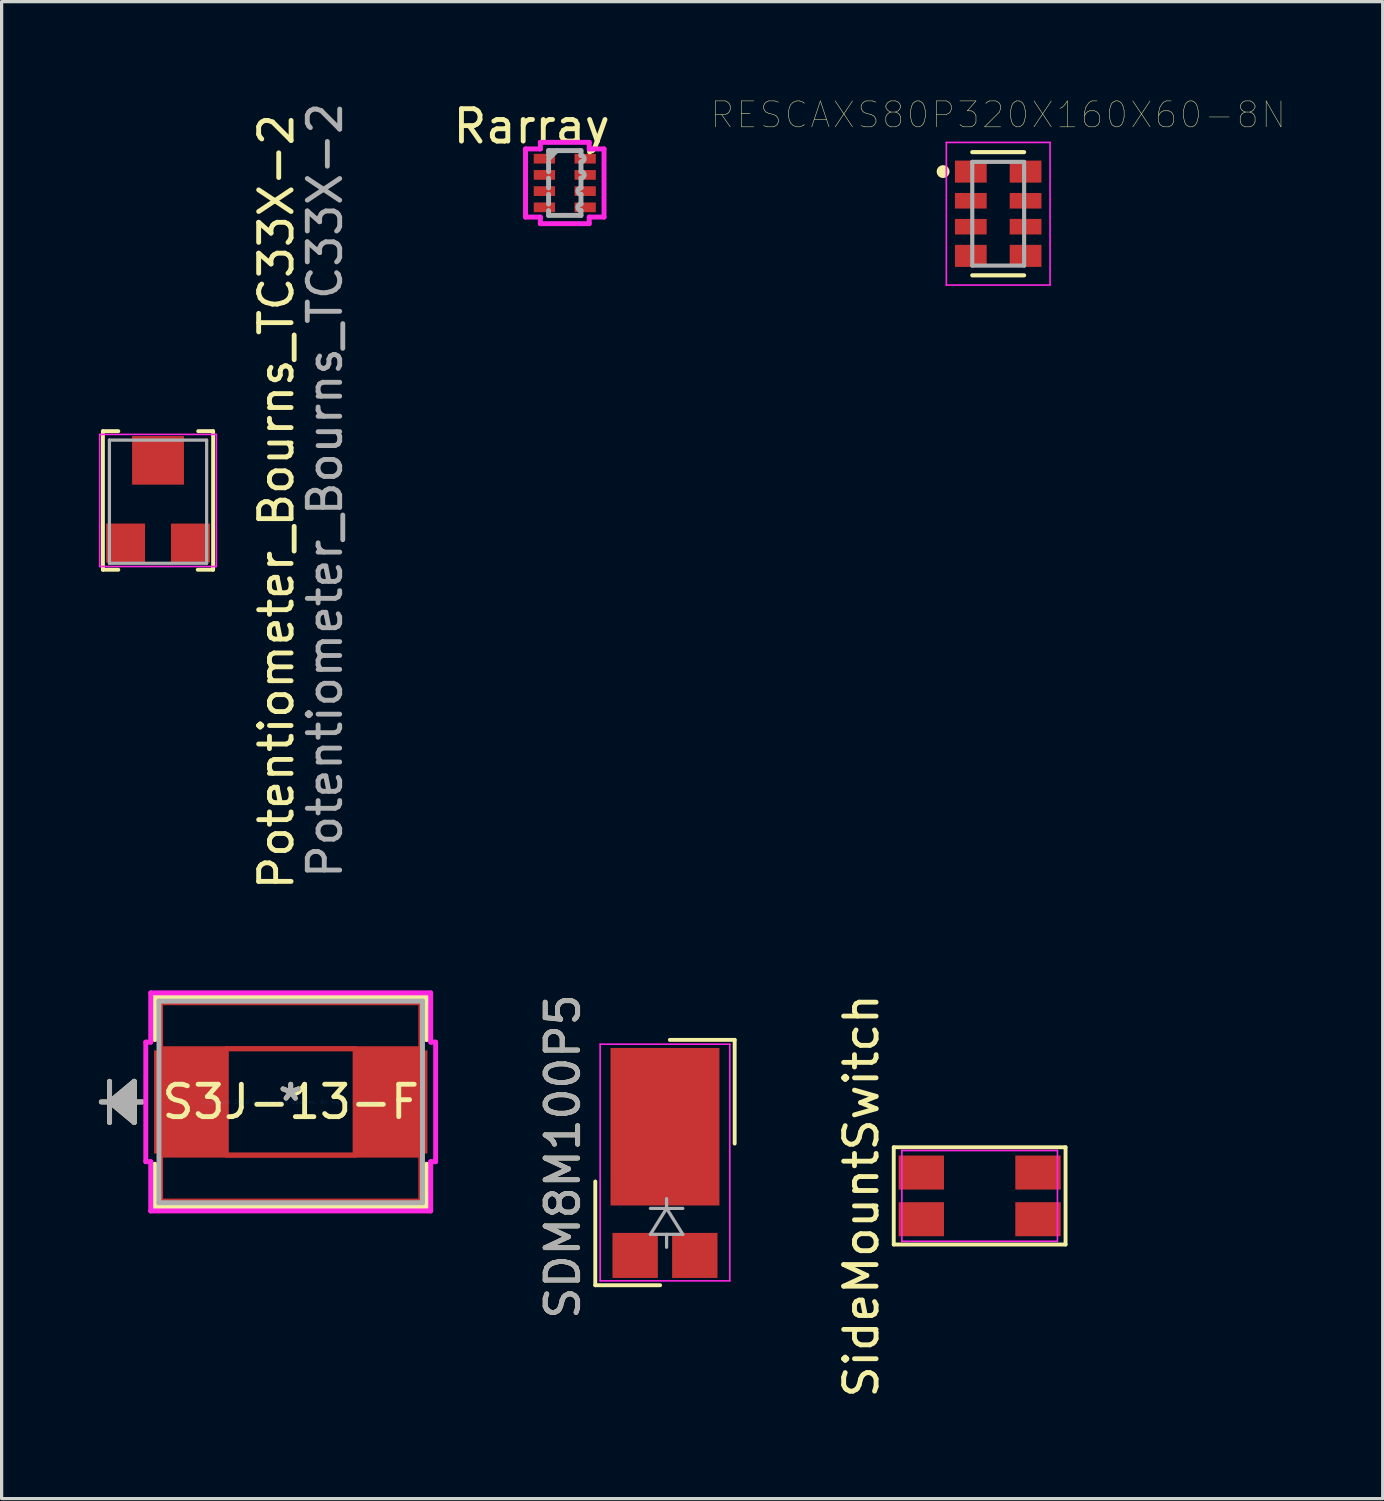
<source format=kicad_pcb>
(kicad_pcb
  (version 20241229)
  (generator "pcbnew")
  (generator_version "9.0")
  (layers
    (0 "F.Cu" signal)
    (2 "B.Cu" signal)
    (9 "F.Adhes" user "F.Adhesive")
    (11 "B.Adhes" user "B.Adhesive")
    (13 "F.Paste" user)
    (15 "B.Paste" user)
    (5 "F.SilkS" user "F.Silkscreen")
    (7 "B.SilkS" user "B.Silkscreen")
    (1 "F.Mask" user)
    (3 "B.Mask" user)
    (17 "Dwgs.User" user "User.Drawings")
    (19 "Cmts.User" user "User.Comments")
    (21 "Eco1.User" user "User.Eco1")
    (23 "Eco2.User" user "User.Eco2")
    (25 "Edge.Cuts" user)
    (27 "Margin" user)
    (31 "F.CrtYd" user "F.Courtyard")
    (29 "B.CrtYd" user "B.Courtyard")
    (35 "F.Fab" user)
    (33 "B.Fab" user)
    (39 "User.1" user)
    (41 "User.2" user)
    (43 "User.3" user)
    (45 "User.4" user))
  (footprint "Rarray"
    (layer "F.Cu")
    (at 14.374 2.596)
    (property "Reference" "Rarray" (at -1.021 -1.748 0) (layer "F.SilkS") (effects (font (size 1 1) (thickness 0.15))))
    (attr through_hole)
    (fp_line (start -1.211 -1.051) (end -0.754 -1.051) (stroke (width 0.152) (type solid)) (layer "F.CrtYd"))
    (fp_line (start -1.211 1.051) (end -1.211 -1.051) (stroke (width 0.152) (type solid)) (layer "F.CrtYd"))
    (fp_line (start -0.754 -1.254) (end 0.754 -1.254) (stroke (width 0.152) (type solid)) (layer "F.CrtYd"))
    (fp_line (start -0.754 -1.051) (end -0.754 -1.254) (stroke (width 0.152) (type solid)) (layer "F.CrtYd"))
    (fp_line (start -0.754 1.051) (end -1.211 1.051) (stroke (width 0.152) (type solid)) (layer "F.CrtYd"))
    (fp_line (start -0.754 1.254) (end -0.754 1.051) (stroke (width 0.152) (type solid)) (layer "F.CrtYd"))
    (fp_line (start 0.754 -1.254) (end 0.754 -1.051) (stroke (width 0.152) (type solid)) (layer "F.CrtYd"))
    (fp_line (start 0.754 -1.051) (end 1.211 -1.051) (stroke (width 0.152) (type solid)) (layer "F.CrtYd"))
    (fp_line (start 0.754 1.051) (end 0.754 1.254) (stroke (width 0.152) (type solid)) (layer "F.CrtYd"))
    (fp_line (start 0.754 1.254) (end -0.754 1.254) (stroke (width 0.152) (type solid)) (layer "F.CrtYd"))
    (fp_line (start 1.211 -1.051) (end 1.211 1.051) (stroke (width 0.152) (type solid)) (layer "F.CrtYd"))
    (fp_line (start 1.211 1.051) (end 0.754 1.051) (stroke (width 0.152) (type solid)) (layer "F.CrtYd"))
    (fp_line (start -0.5 -1) (end 0.5 -1) (stroke (width 0.152) (type solid)) (layer "F.Fab"))
    (fp_line (start -0.5 -0.85) (end -0.5 -1) (stroke (width 0.152) (type solid)) (layer "F.Fab"))
    (fp_line (start -0.5 0.85) (end -0.5 1) (stroke (width 0.152) (type solid)) (layer "F.Fab"))
    (fp_line (start -0.5 1) (end 0.5 1) (stroke (width 0.152) (type solid)) (layer "F.Fab"))
    (fp_line (start -0.5 -0.65) (end -0.5 -0.35) (stroke (width 0.152) (type solid)) (layer "F.Fab"))
    (fp_line (start -0.5 -0.15) (end -0.5 0.15) (stroke (width 0.152) (type solid)) (layer "F.Fab"))
    (fp_line (start -0.5 0.35) (end -0.5 0.65) (stroke (width 0.152) (type solid)) (layer "F.Fab"))
    (fp_line (start -0.246 -1) (end -0.5 -0.746) (stroke (width 0.152) (type solid)) (layer "F.Fab"))
    (fp_line (start 0.5 -0.65) (end 0.5 -0.35) (stroke (width 0.152) (type solid)) (layer "F.Fab"))
    (fp_line (start 0.5 -0.15) (end 0.5 0.15) (stroke (width 0.152) (type solid)) (layer "F.Fab"))
    (fp_line (start 0.5 0.35) (end 0.5 0.65) (stroke (width 0.152) (type solid)) (layer "F.Fab"))
    (fp_line (start 0.5 -0.85) (end 0.5 -1) (stroke (width 0.152) (type solid)) (layer "F.Fab"))
    (fp_line (start 0.5 0.85) (end 0.5 1) (stroke (width 0.152) (type solid)) (layer "F.Fab"))
    (fp_arc (start 0.499999 -0.850001) (mid 0.599999 -0.750001) (end 0.499999 -0.650001) (stroke (width 0.1524) (type solid)) (layer "F.Fab"))
    (fp_arc (start 0.499999 -0.349999) (mid 0.599998 -0.25) (end 0.499999 -0.150001) (stroke (width 0.1524) (type solid)) (layer "F.Fab"))
    (fp_arc (start 0.499999 0.349999) (mid 0.4 0.25) (end 0.499999 0.150001) (stroke (width 0.1524) (type solid)) (layer "F.Fab"))
    (fp_arc (start 0.499999 0.850001) (mid 0.399999 0.750001) (end 0.499999 0.650001) (stroke (width 0.1524) (type solid)) (layer "F.Fab"))
    (pad "1" smd rect (at -0.629 -0.75) (size 0.657 0.3) (layers "F.Cu" "F.Mask" "F.Paste"))
    (pad "2" smd rect (at -0.629 -0.25) (size 0.657 0.3) (layers "F.Cu" "F.Mask" "F.Paste"))
    (pad "3" smd rect (at -0.629 0.25) (size 0.657 0.3) (layers "F.Cu" "F.Mask" "F.Paste"))
    (pad "4" smd rect (at -0.629 0.75) (size 0.657 0.3) (layers "F.Cu" "F.Mask" "F.Paste"))
    (pad "5" smd rect (at 0.629 0.75) (size 0.657 0.3) (layers "F.Cu" "F.Mask" "F.Paste"))
    (pad "6" smd rect (at 0.629 0.25) (size 0.657 0.3) (layers "F.Cu" "F.Mask" "F.Paste"))
    (pad "7" smd rect (at 0.629 -0.25) (size 0.657 0.3) (layers "F.Cu" "F.Mask" "F.Paste"))
    (pad "8" smd rect (at 0.629 -0.75) (size 0.657 0.3) (layers "F.Cu" "F.Mask" "F.Paste")))
  (footprint "SideMountSwitch"
    (layer "F.Cu")
    (at 27.173 33.844)
    (property "Reference" "SideMountSwitch" (at -3.65 0 90) (layer "F.SilkS") (effects (font (size 1 1) (thickness 0.15))))
    (attr smd)
    (fp_line (start -2.65 -1.5) (end 2.65 -1.5) (stroke (width 0.12) (type solid)) (layer "F.SilkS"))
    (fp_line (start -2.65 1.5) (end -2.65 -1.5) (stroke (width 0.12) (type solid)) (layer "F.SilkS"))
    (fp_line (start 2.65 -1.5) (end 2.65 1.5) (stroke (width 0.12) (type solid)) (layer "F.SilkS"))
    (fp_line (start 2.65 1.5) (end -2.65 1.5) (stroke (width 0.12) (type solid)) (layer "F.SilkS"))
    (fp_line (start -2.4 -1.4) (end 2.4 -1.4) (stroke (width 0.05) (type solid)) (layer "F.CrtYd"))
    (fp_line (start -2.4 1.4) (end -2.4 -1.4) (stroke (width 0.05) (type solid)) (layer "F.CrtYd"))
    (fp_line (start 2.4 -1.4) (end 2.4 1.4) (stroke (width 0.05) (type solid)) (layer "F.CrtYd"))
    (fp_line (start 2.4 1.4) (end -2.4 1.4) (stroke (width 0.05) (type solid)) (layer "F.CrtYd"))
    (pad "1" smd rect (at -1.8 0.72) (size 1.4 1.05) (layers "F.Cu" "F.Mask" "F.Paste"))
    (pad "2" smd rect (at 1.8 0.72) (size 1.4 1.05) (layers "F.Cu" "F.Mask" "F.Paste"))
    (pad "3" smd rect (at 1.8 -0.72) (size 1.4 1.05) (layers "F.Cu" "F.Mask" "F.Paste"))
    (pad "4" smd rect (at -1.8 -0.72) (size 1.4 1.05) (layers "F.Cu" "F.Mask" "F.Paste")))
  (footprint "S3J-13-F"
    (layer "F.Cu")
    (at 5.919 30.945)
    (property "Reference" "S3J-13-F" (at 0 0 0) (layer "F.SilkS") (effects (font (size 1 1) (thickness 0.15))))
    (attr through_hole)
    (fp_line (start -4.014 -3.059) (end 4.014 -3.059) (stroke (width 0.152) (type solid)) (layer "F.Cu"))
    (fp_line (start -4.014 -1.641) (end -4.014 -3.059) (stroke (width 0.152) (type solid)) (layer "F.Cu"))
    (fp_line (start -4.014 1.641) (end 4.014 1.641) (stroke (width 0.152) (type solid)) (layer "F.Cu"))
    (fp_line (start -4.014 3.059) (end -4.014 1.641) (stroke (width 0.152) (type solid)) (layer "F.Cu"))
    (fp_line (start -1.986 -1.641) (end 1.986 -1.641) (stroke (width 0.152) (type solid)) (layer "F.Cu"))
    (fp_line (start -1.986 1.641) (end -1.986 -1.641) (stroke (width 0.152) (type solid)) (layer "F.Cu"))
    (fp_line (start 1.986 -1.641) (end 1.986 1.641) (stroke (width 0.152) (type solid)) (layer "F.Cu"))
    (fp_line (start 1.986 1.641) (end -1.986 1.641) (stroke (width 0.152) (type solid)) (layer "F.Cu"))
    (fp_line (start 4.014 -3.059) (end 4.014 -1.641) (stroke (width 0.152) (type solid)) (layer "F.Cu"))
    (fp_line (start 4.014 -1.641) (end -4.014 -1.641) (stroke (width 0.152) (type solid)) (layer "F.Cu"))
    (fp_line (start 4.014 1.641) (end 4.014 3.059) (stroke (width 0.152) (type solid)) (layer "F.Cu"))
    (fp_line (start 4.014 3.059) (end -4.014 3.059) (stroke (width 0.152) (type solid)) (layer "F.Cu"))
    (fp_line (start -5.589 -0.635) (end -5.589 0.635) (stroke (width 0.152) (type solid)) (layer "F.SilkS"))
    (fp_line (start -5.589 0) (end -4.827 -0.635) (stroke (width 0.152) (type solid)) (layer "F.SilkS"))
    (fp_line (start -5.589 0) (end -4.827 -0.508) (stroke (width 0.152) (type solid)) (layer "F.SilkS"))
    (fp_line (start -5.589 0) (end -4.827 -0.381) (stroke (width 0.152) (type solid)) (layer "F.SilkS"))
    (fp_line (start -5.589 0) (end -4.827 -0.254) (stroke (width 0.152) (type solid)) (layer "F.SilkS"))
    (fp_line (start -5.589 0) (end -4.827 -0.127) (stroke (width 0.152) (type solid)) (layer "F.SilkS"))
    (fp_line (start -5.589 0) (end -4.827 0.127) (stroke (width 0.152) (type solid)) (layer "F.SilkS"))
    (fp_line (start -5.589 0) (end -4.827 0.254) (stroke (width 0.152) (type solid)) (layer "F.SilkS"))
    (fp_line (start -5.589 0) (end -4.827 0.381) (stroke (width 0.152) (type solid)) (layer "F.SilkS"))
    (fp_line (start -5.589 0) (end -4.827 0.508) (stroke (width 0.152) (type solid)) (layer "F.SilkS"))
    (fp_line (start -5.589 0) (end -4.827 0.635) (stroke (width 0.152) (type solid)) (layer "F.SilkS"))
    (fp_line (start -4.827 -0.635) (end -4.827 0.635) (stroke (width 0.152) (type solid)) (layer "F.SilkS"))
    (fp_line (start -4.573 0) (end -5.843 0) (stroke (width 0.152) (type solid)) (layer "F.SilkS"))
    (fp_line (start -4.192 -3.237) (end -4.192 -1.923) (stroke (width 0.152) (type solid)) (layer "F.SilkS"))
    (fp_line (start -4.192 1.923) (end -4.192 3.237) (stroke (width 0.152) (type solid)) (layer "F.SilkS"))
    (fp_line (start -4.192 3.237) (end 4.192 3.237) (stroke (width 0.152) (type solid)) (layer "F.SilkS"))
    (fp_line (start 4.192 -3.237) (end -4.192 -3.237) (stroke (width 0.152) (type solid)) (layer "F.SilkS"))
    (fp_line (start 4.192 -1.923) (end 4.192 -3.237) (stroke (width 0.152) (type solid)) (layer "F.SilkS"))
    (fp_line (start 4.192 3.237) (end 4.192 1.923) (stroke (width 0.152) (type solid)) (layer "F.SilkS"))
    (fp_line (start -4.471 -1.844) (end -4.319 -1.844) (stroke (width 0.152) (type solid)) (layer "F.CrtYd"))
    (fp_line (start -4.471 1.844) (end -4.471 -1.844) (stroke (width 0.152) (type solid)) (layer "F.CrtYd"))
    (fp_line (start -4.319 -3.364) (end 4.319 -3.364) (stroke (width 0.152) (type solid)) (layer "F.CrtYd"))
    (fp_line (start -4.319 -1.844) (end -4.319 -3.364) (stroke (width 0.152) (type solid)) (layer "F.CrtYd"))
    (fp_line (start -4.319 1.844) (end -4.471 1.844) (stroke (width 0.152) (type solid)) (layer "F.CrtYd"))
    (fp_line (start -4.319 3.364) (end -4.319 1.844) (stroke (width 0.152) (type solid)) (layer "F.CrtYd"))
    (fp_line (start 4.319 -3.364) (end 4.319 -1.844) (stroke (width 0.152) (type solid)) (layer "F.CrtYd"))
    (fp_line (start 4.319 -1.844) (end 4.471 -1.844) (stroke (width 0.152) (type solid)) (layer "F.CrtYd"))
    (fp_line (start 4.319 1.844) (end 4.319 3.364) (stroke (width 0.152) (type solid)) (layer "F.CrtYd"))
    (fp_line (start 4.319 3.364) (end -4.319 3.364) (stroke (width 0.152) (type solid)) (layer "F.CrtYd"))
    (fp_line (start 4.471 -1.844) (end 4.471 1.844) (stroke (width 0.152) (type solid)) (layer "F.CrtYd"))
    (fp_line (start 4.471 1.844) (end 4.319 1.844) (stroke (width 0.152) (type solid)) (layer "F.CrtYd"))
    (fp_line (start -5.589 -0.635) (end -5.589 0.635) (stroke (width 0.152) (type solid)) (layer "F.Fab"))
    (fp_line (start -5.589 0) (end -4.827 -0.635) (stroke (width 0.152) (type solid)) (layer "F.Fab"))
    (fp_line (start -5.589 0) (end -4.827 -0.508) (stroke (width 0.152) (type solid)) (layer "F.Fab"))
    (fp_line (start -5.589 0) (end -4.827 -0.381) (stroke (width 0.152) (type solid)) (layer "F.Fab"))
    (fp_line (start -5.589 0) (end -4.827 -0.254) (stroke (width 0.152) (type solid)) (layer "F.Fab"))
    (fp_line (start -5.589 0) (end -4.827 -0.127) (stroke (width 0.152) (type solid)) (layer "F.Fab"))
    (fp_line (start -5.589 0) (end -4.827 0.127) (stroke (width 0.152) (type solid)) (layer "F.Fab"))
    (fp_line (start -5.589 0) (end -4.827 0.254) (stroke (width 0.152) (type solid)) (layer "F.Fab"))
    (fp_line (start -5.589 0) (end -4.827 0.381) (stroke (width 0.152) (type solid)) (layer "F.Fab"))
    (fp_line (start -5.589 0) (end -4.827 0.508) (stroke (width 0.152) (type solid)) (layer "F.Fab"))
    (fp_line (start -5.589 0) (end -4.827 0.635) (stroke (width 0.152) (type solid)) (layer "F.Fab"))
    (fp_line (start -4.827 -0.635) (end -4.827 0.635) (stroke (width 0.152) (type solid)) (layer "F.Fab"))
    (fp_line (start -4.573 0) (end -5.843 0) (stroke (width 0.152) (type solid)) (layer "F.Fab"))
    (fp_line (start -4.065 -3.11) (end -4.065 3.11) (stroke (width 0.152) (type solid)) (layer "F.Fab"))
    (fp_line (start -4.065 3.11) (end 4.065 3.11) (stroke (width 0.152) (type solid)) (layer "F.Fab"))
    (fp_line (start 4.065 -3.11) (end -4.065 -3.11) (stroke (width 0.152) (type solid)) (layer "F.Fab"))
    (fp_line (start 4.065 3.11) (end 4.065 -3.11) (stroke (width 0.152) (type solid)) (layer "F.Fab"))
    (fp_text user "*" (at 0 0 0) (layer "F.SilkS") (effects (font (size 1 1) (thickness 0.15))))
    (fp_text user "Copyright 2016 Accelerated Designs. All rights reserved." (at 0 0 0) (layer "Cmts.User") (effects (font (size 0.127 0.127) (thickness 0.002))))
    (fp_text user "*" (at 0 0 0) (layer "F.Fab") (effects (font (size 1 1) (thickness 0.15))))
    (pad "1" smd rect (at -3.127 0 90) (size 3.18 2.18) (layers "F.Cu" "F.Mask" "F.Paste"))
    (pad "2" smd rect (at 3.127 0 90) (size 3.18 2.18) (layers "F.Cu" "F.Mask" "F.Paste")))
  (footprint "Potentiometer_Bourns_TC33X-2"
    (layer "F.Cu")
    (at 1.825 12.427)
    (property "Reference" "Potentiometer_Bourns_TC33X-2" (at 3.65 0 270) (layer "F.SilkS") (effects (font (size 1 1) (thickness 0.15))))
    (attr smd)
    (fp_line (start -1.7 -2.175) (end -1.7 2.1) (stroke (width 0.12) (type solid)) (layer "F.SilkS"))
    (fp_line (start -1.225 -2.175) (end -1.7 -2.175) (stroke (width 0.12) (type solid)) (layer "F.SilkS"))
    (fp_line (start -1.225 2.1) (end -1.7 2.1) (stroke (width 0.12) (type solid)) (layer "F.SilkS"))
    (fp_line (start 1.7 -2.175) (end 1.24 -2.175) (stroke (width 0.12) (type solid)) (layer "F.SilkS"))
    (fp_line (start 1.7 -2.175) (end 1.7 2.1) (stroke (width 0.12) (type solid)) (layer "F.SilkS"))
    (fp_line (start 1.7 2.1) (end 1.225 2.1) (stroke (width 0.12) (type solid)) (layer "F.SilkS"))
    (fp_line (start -1.8 -2.075) (end -1.8 2) (stroke (width 0.05) (type solid)) (layer "F.CrtYd"))
    (fp_line (start -1.8 2) (end 1.8 2) (stroke (width 0.05) (type solid)) (layer "F.CrtYd"))
    (fp_line (start 1.8 -2.075) (end -1.8 -2.075) (stroke (width 0.05) (type solid)) (layer "F.CrtYd"))
    (fp_line (start 1.8 2) (end 1.8 -2.075) (stroke (width 0.05) (type solid)) (layer "F.CrtYd"))
    (fp_line (start -1.5 -1.9) (end -1.5 1.9) (stroke (width 0.1) (type solid)) (layer "F.Fab"))
    (fp_line (start -1.5 1.9) (end 1.5 1.9) (stroke (width 0.1) (type solid)) (layer "F.Fab"))
    (fp_line (start 1.5 -1.9) (end -1.5 -1.9) (stroke (width 0.1) (type solid)) (layer "F.Fab"))
    (fp_line (start 1.5 1.9) (end 1.5 -1.9) (stroke (width 0.1) (type solid)) (layer "F.Fab"))
    (fp_text user "${REFERENCE}" (at 5.15 -0.35 270) (layer "F.Fab") (effects (font (size 1 1) (thickness 0.15))))
    (pad "1" smd rect (at -1 1.275 270) (size 1.2 1.2) (layers "F.Cu" "F.Mask" "F.Paste"))
    (pad "2" smd rect (at 0 -1.275) (size 1.6 1.5) (layers "F.Cu" "F.Mask" "F.Paste"))
    (pad "3" smd rect (at 1 1.275 270) (size 1.2 1.2) (layers "F.Cu" "F.Mask" "F.Paste")))
  (footprint "RESCAXS80P320X160X60-8N"
    (layer "F.Cu")
    (at 27.745 3.544)
    (property "Reference" "RESCAXS80P320X160X60-8N" (at 0 -3.05 0) (layer "F.SilkS") (effects (font (size 0.8 0.8) (thickness 0.015))))
    (attr through_hole)
    (fp_line (start -0.8 -1.9) (end 0.8 -1.9) (stroke (width 0.127) (type solid)) (layer "F.SilkS"))
    (fp_line (start -0.8 1.9) (end 0.8 1.9) (stroke (width 0.127) (type solid)) (layer "F.SilkS"))
    (fp_circle (center -1.7 -1.3) (end -1.6 -1.3) (stroke (width 0.2) (type solid)) (fill no) (layer "F.SilkS"))
    (fp_line (start -1.6 -2.2) (end -1.6 2.2) (stroke (width 0.05) (type solid)) (layer "F.CrtYd"))
    (fp_line (start -1.6 2.2) (end 1.6 2.2) (stroke (width 0.05) (type solid)) (layer "F.CrtYd"))
    (fp_line (start 1.6 -2.2) (end -1.6 -2.2) (stroke (width 0.05) (type solid)) (layer "F.CrtYd"))
    (fp_line (start 1.6 2.2) (end 1.6 -2.2) (stroke (width 0.05) (type solid)) (layer "F.CrtYd"))
    (fp_line (start -0.8 -1.6) (end 0.8 -1.6) (stroke (width 0.127) (type solid)) (layer "F.Fab"))
    (fp_line (start -0.8 1.6) (end -0.8 -1.6) (stroke (width 0.127) (type solid)) (layer "F.Fab"))
    (fp_line (start 0.8 -1.6) (end 0.8 1.6) (stroke (width 0.127) (type solid)) (layer "F.Fab"))
    (fp_line (start 0.8 1.6) (end -0.8 1.6) (stroke (width 0.127) (type solid)) (layer "F.Fab"))
    (pad "1" smd rect (at -0.845 -1.3) (size 0.98 0.68) (layers "F.Cu" "F.Mask" "F.Paste"))
    (pad "2" smd rect (at -0.845 -0.4) (size 0.98 0.48) (layers "F.Cu" "F.Mask" "F.Paste"))
    (pad "3" smd rect (at -0.845 0.4) (size 0.98 0.48) (layers "F.Cu" "F.Mask" "F.Paste"))
    (pad "4" smd rect (at -0.845 1.3) (size 0.98 0.68) (layers "F.Cu" "F.Mask" "F.Paste"))
    (pad "5" smd rect (at 0.845 1.3) (size 0.98 0.68) (layers "F.Cu" "F.Mask" "F.Paste"))
    (pad "6" smd rect (at 0.845 0.4) (size 0.98 0.48) (layers "F.Cu" "F.Mask" "F.Paste"))
    (pad "7" smd rect (at 0.845 -0.4) (size 0.98 0.48) (layers "F.Cu" "F.Mask" "F.Paste"))
    (pad "8" smd rect (at 0.845 -1.3) (size 0.98 0.68) (layers "F.Cu" "F.Mask" "F.Paste")))
  (footprint "SDM8M100P5"
    (layer "F.Cu")
    (at 17.465 34.565)
    (property "Reference" "SDM8M100P5" (at -3.15 -1.935 270) (layer "F.SilkS") (effects (font (size 1 1) (thickness 0.15))))
    (attr smd)
    (fp_line (start -2.15 -1.165) (end -2.15 2.035) (stroke (width 0.12) (type solid)) (layer "F.SilkS"))
    (fp_line (start -0.15 2.035) (end -2.15 2.035) (stroke (width 0.12) (type solid)) (layer "F.SilkS"))
    (fp_line (start 0.15 -5.535) (end 2.15 -5.535) (stroke (width 0.12) (type solid)) (layer "F.SilkS"))
    (fp_line (start 2.15 -2.335) (end 2.15 -5.535) (stroke (width 0.12) (type solid)) (layer "F.SilkS"))
    (fp_line (start -2 -5.4) (end 2 -5.4) (stroke (width 0.05) (type solid)) (layer "F.CrtYd"))
    (fp_line (start -2 1.9) (end -2 -5.4) (stroke (width 0.05) (type solid)) (layer "F.CrtYd"))
    (fp_line (start 2 -5.4) (end 2 1.9) (stroke (width 0.05) (type solid)) (layer "F.CrtYd"))
    (fp_line (start 2 1.9) (end -2 1.9) (stroke (width 0.05) (type solid)) (layer "F.CrtYd"))
    (fp_line (start -0.45 0.465) (end 0.55 0.465) (stroke (width 0.1) (type solid)) (layer "F.Fab"))
    (fp_line (start 0.05 -0.635) (end 0.05 -0.335) (stroke (width 0.1) (type solid)) (layer "F.Fab"))
    (fp_line (start 0.05 -0.335) (end -0.45 -0.335) (stroke (width 0.1) (type solid)) (layer "F.Fab"))
    (fp_line (start 0.05 -0.335) (end -0.45 0.465) (stroke (width 0.1) (type solid)) (layer "F.Fab"))
    (fp_line (start 0.05 -0.335) (end 0.55 -0.335) (stroke (width 0.1) (type solid)) (layer "F.Fab"))
    (fp_line (start 0.05 0.465) (end 0.05 0.865) (stroke (width 0.1) (type solid)) (layer "F.Fab"))
    (fp_line (start 0.55 0.465) (end 0.05 -0.335) (stroke (width 0.1) (type solid)) (layer "F.Fab"))
    (fp_text user "${REFERENCE}" (at -3.15 -1.935 270) (layer "F.Fab") (effects (font (size 1 1) (thickness 0.15))))
    (pad "1" smd rect (at 0 -2.855 180) (size 3.36 4.86) (layers "F.Cu" "F.Mask" "F.Paste"))
    (pad "2" smd rect (at -0.92 1.116 270) (size 1.39 1.4) (layers "F.Cu" "F.Mask" "F.Paste"))
    (pad "2" smd rect (at 0.92 1.116 270) (size 1.39 1.4) (layers "F.Cu" "F.Mask" "F.Paste")))
  (gr_rect
    (start -3 -3)
    (end 39.607 43.183)
    (stroke (width 0.1) (type default))
    (fill no)
    (layer "Edge.Cuts")))
</source>
